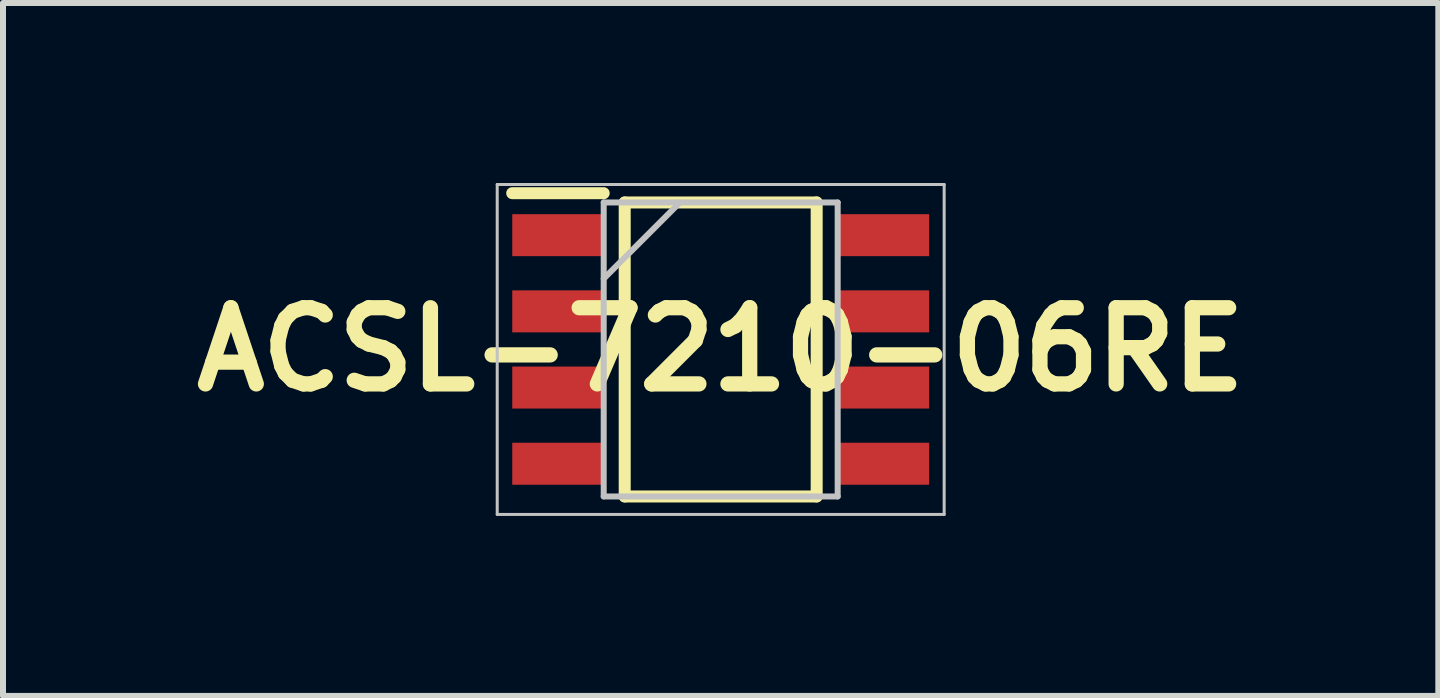
<source format=kicad_pcb>
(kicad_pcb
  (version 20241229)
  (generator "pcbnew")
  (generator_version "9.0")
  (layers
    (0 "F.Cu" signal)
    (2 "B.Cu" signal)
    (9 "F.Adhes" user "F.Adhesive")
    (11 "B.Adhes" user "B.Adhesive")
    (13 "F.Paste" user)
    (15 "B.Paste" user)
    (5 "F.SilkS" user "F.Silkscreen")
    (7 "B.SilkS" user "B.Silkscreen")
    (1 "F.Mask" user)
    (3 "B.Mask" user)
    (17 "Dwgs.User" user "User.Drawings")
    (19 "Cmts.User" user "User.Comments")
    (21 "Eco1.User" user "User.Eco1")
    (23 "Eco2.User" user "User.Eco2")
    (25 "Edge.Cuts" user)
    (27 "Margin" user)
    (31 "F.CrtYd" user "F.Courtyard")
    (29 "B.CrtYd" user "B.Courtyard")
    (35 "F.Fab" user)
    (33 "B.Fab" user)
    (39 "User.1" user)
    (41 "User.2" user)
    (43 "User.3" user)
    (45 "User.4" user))
  (footprint "ACSL-7210-06RE"
    (layer "F.Cu")
    (at 8.963 2.775)
    (property "Reference" "ACSL-7210-06RE" (at 0 0 0) (unlocked yes) (layer "F.SilkS") (effects (font (size 1.27 1.27) (thickness 0.254))))
    (attr smd)
    (fp_line (start -3.475 -2.605) (end -1.95 -2.605) (stroke (width 0.2) (type solid)) (layer "F.SilkS"))
    (fp_line (start -1.6 -2.45) (end 1.6 -2.45) (stroke (width 0.2) (type solid)) (layer "F.SilkS"))
    (fp_line (start -1.6 2.45) (end -1.6 -2.45) (stroke (width 0.2) (type solid)) (layer "F.SilkS"))
    (fp_line (start 1.6 -2.45) (end 1.6 2.45) (stroke (width 0.2) (type solid)) (layer "F.SilkS"))
    (fp_line (start 1.6 2.45) (end -1.6 2.45) (stroke (width 0.2) (type solid)) (layer "F.SilkS"))
    (fp_line (start -3.725 -2.75) (end 3.725 -2.75) (stroke (width 0.05) (type solid)) (layer "Dwgs.User"))
    (fp_line (start -3.725 2.75) (end -3.725 -2.75) (stroke (width 0.05) (type solid)) (layer "Dwgs.User"))
    (fp_line (start -1.95 -2.45) (end 1.95 -2.45) (stroke (width 0.1) (type solid)) (layer "Dwgs.User"))
    (fp_line (start -1.95 -1.18) (end -0.68 -2.45) (stroke (width 0.1) (type solid)) (layer "Dwgs.User"))
    (fp_line (start -1.95 2.45) (end -1.95 -2.45) (stroke (width 0.1) (type solid)) (layer "Dwgs.User"))
    (fp_line (start 1.95 -2.45) (end 1.95 2.45) (stroke (width 0.1) (type solid)) (layer "Dwgs.User"))
    (fp_line (start 1.95 2.45) (end -1.95 2.45) (stroke (width 0.1) (type solid)) (layer "Dwgs.User"))
    (fp_line (start 3.725 -2.75) (end 3.725 2.75) (stroke (width 0.05) (type solid)) (layer "Dwgs.User"))
    (fp_line (start 3.725 2.75) (end -3.725 2.75) (stroke (width 0.05) (type solid)) (layer "Dwgs.User"))
    (pad "1" smd rect (at -2.712 -1.905 90) (size 0.7 1.525) (layers "F.Cu" "F.Mask" "F.Paste"))
    (pad "2" smd rect (at -2.712 -0.635 90) (size 0.7 1.525) (layers "F.Cu" "F.Mask" "F.Paste"))
    (pad "3" smd rect (at -2.712 0.635 90) (size 0.7 1.525) (layers "F.Cu" "F.Mask" "F.Paste"))
    (pad "4" smd rect (at -2.712 1.905 90) (size 0.7 1.525) (layers "F.Cu" "F.Mask" "F.Paste"))
    (pad "5" smd rect (at 2.712 1.905 90) (size 0.7 1.525) (layers "F.Cu" "F.Mask" "F.Paste"))
    (pad "6" smd rect (at 2.712 0.635 90) (size 0.7 1.525) (layers "F.Cu" "F.Mask" "F.Paste"))
    (pad "7" smd rect (at 2.712 -0.635 90) (size 0.7 1.525) (layers "F.Cu" "F.Mask" "F.Paste"))
    (pad "8" smd rect (at 2.712 -1.905 90) (size 0.7 1.525) (layers "F.Cu" "F.Mask" "F.Paste")))
  (gr_rect
    (start -3 -3)
    (end 20.925 8.55)
    (stroke (width 0.1) (type default))
    (fill no)
    (layer "Edge.Cuts")))
</source>
